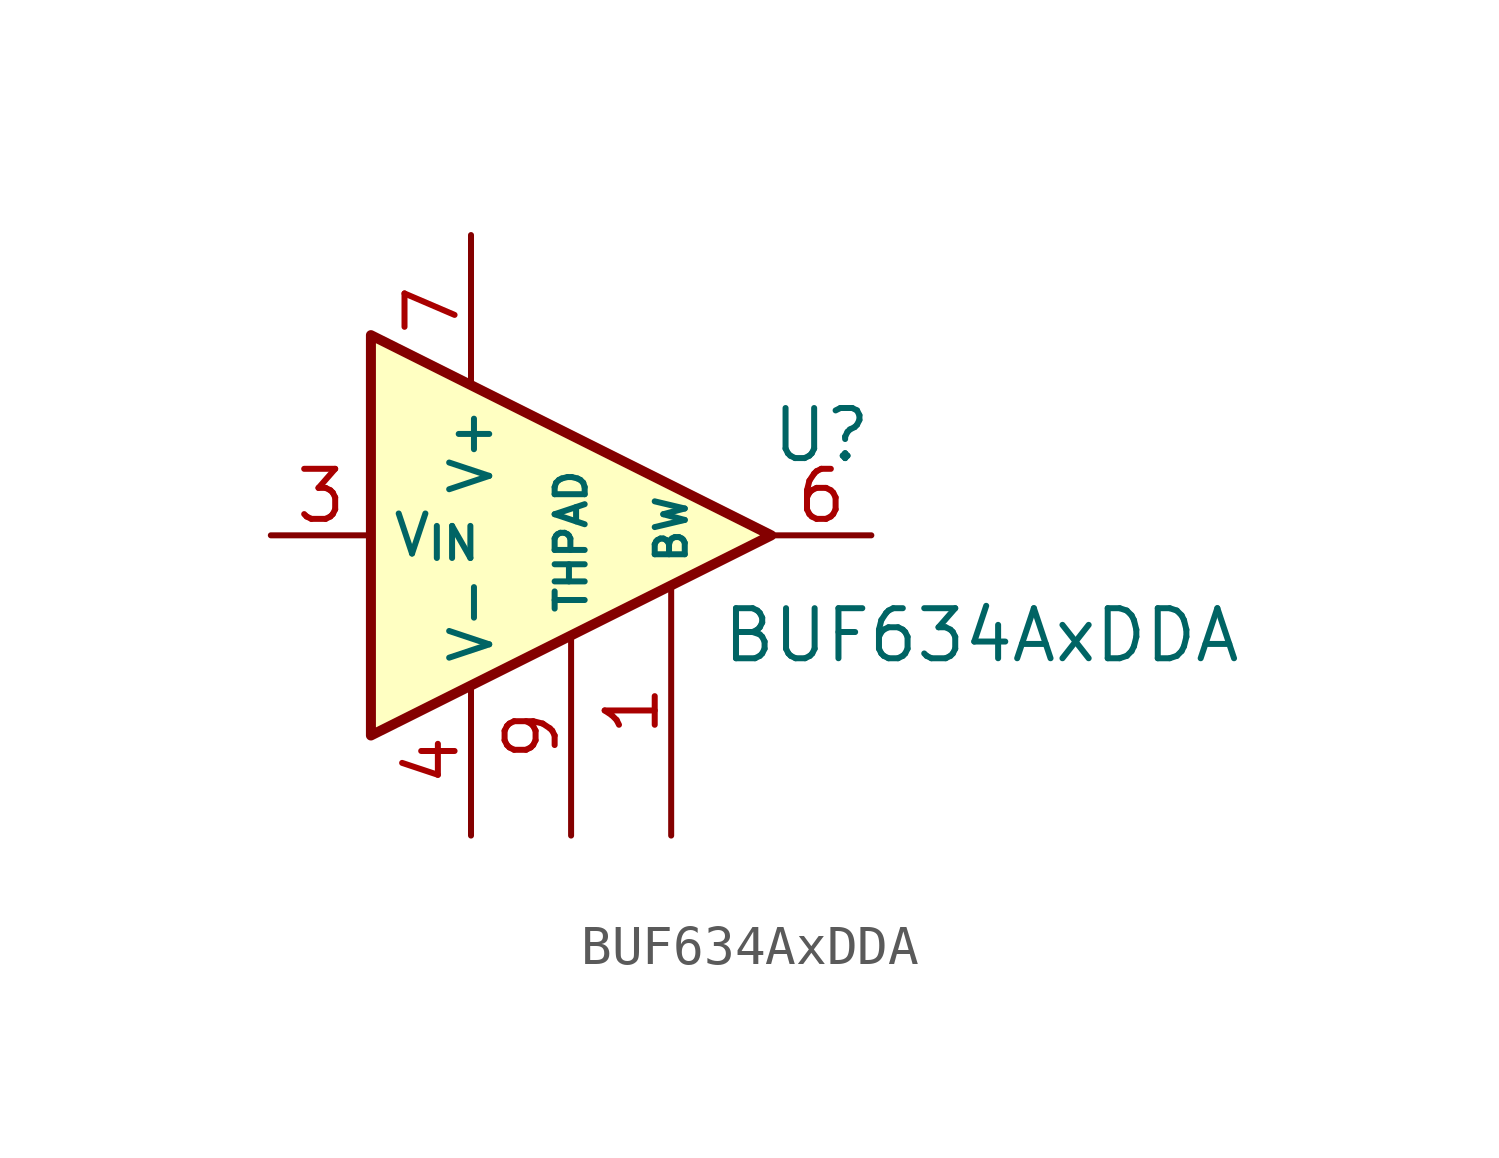
<source format=kicad_sym>
(kicad_symbol_lib
  (version 20241209)
  (generator "kicad_symbol_editor")
  (generator_version "9.0")
  (symbol "BUF634AxDDA"
    (property "Reference" "U"
      (at 6.35 2.54 0)
      (effects (font (size 1.27 1.27))))
    (property "Value" "BUF634AxDDA"
      (at 10.414 -2.54 0)
      (effects (font (size 1.27 1.27))))
    (symbol "BUF634AxDDA_0_1"
      (polyline (pts (xy 5.08 0) (xy -5.08 5.08) (xy -5.08 -5.08) (xy 5.08 0)) (stroke (width 0.254) (type default)) (fill (type background))))
    (symbol "BUF634AxDDA_1_0"
      (pin power_in line (at 0 -7.62 90) (length 5.08) (name "THPAD" (effects (font (size 0.762 0.762)))) (number "9" (effects (font (size 1.27 1.27))))))
    (symbol "BUF634AxDDA_1_1"
      (pin input line (at -7.62 0 0) (length 2.54) (name "V_{IN}" (effects (font (size 1.016 1.016)))) (number "3" (effects (font (size 1.27 1.27)))))
      (pin no_connect line (at -5.08 5.08 0) (length 2.54) (hide yes) (name "NC" (effects (font (size 1.27 1.27)))) (number "2" (effects (font (size 1.27 1.27)))))
      (pin no_connect line (at -5.08 2.54 0) (length 2.54) (hide yes) (name "NC" (effects (font (size 1.27 1.27)))) (number "5" (effects (font (size 1.27 1.27)))))
      (pin no_connect line (at -5.08 -2.54 0) (length 2.54) (hide yes) (name "NC" (effects (font (size 1.27 1.27)))) (number "8" (effects (font (size 1.27 1.27)))))
      (pin power_in line (at -2.54 7.62 270) (length 3.81) (name "V+" (effects (font (size 1.016 1.016)))) (number "7" (effects (font (size 1.27 1.27)))))
      (pin power_in line (at -2.54 -7.62 90) (length 3.81) (name "V-" (effects (font (size 1.016 1.016)))) (number "4" (effects (font (size 1.27 1.27)))))
      (pin input line (at 2.54 -7.62 90) (length 6.35) (name "BW" (effects (font (size 0.762 0.762)))) (number "1" (effects (font (size 1.27 1.27)))))
      (pin output line (at 7.62 0 180) (length 2.54) (name "~" (effects (font (size 1.27 1.27)))) (number "6" (effects (font (size 1.27 1.27))))))))
</source>
